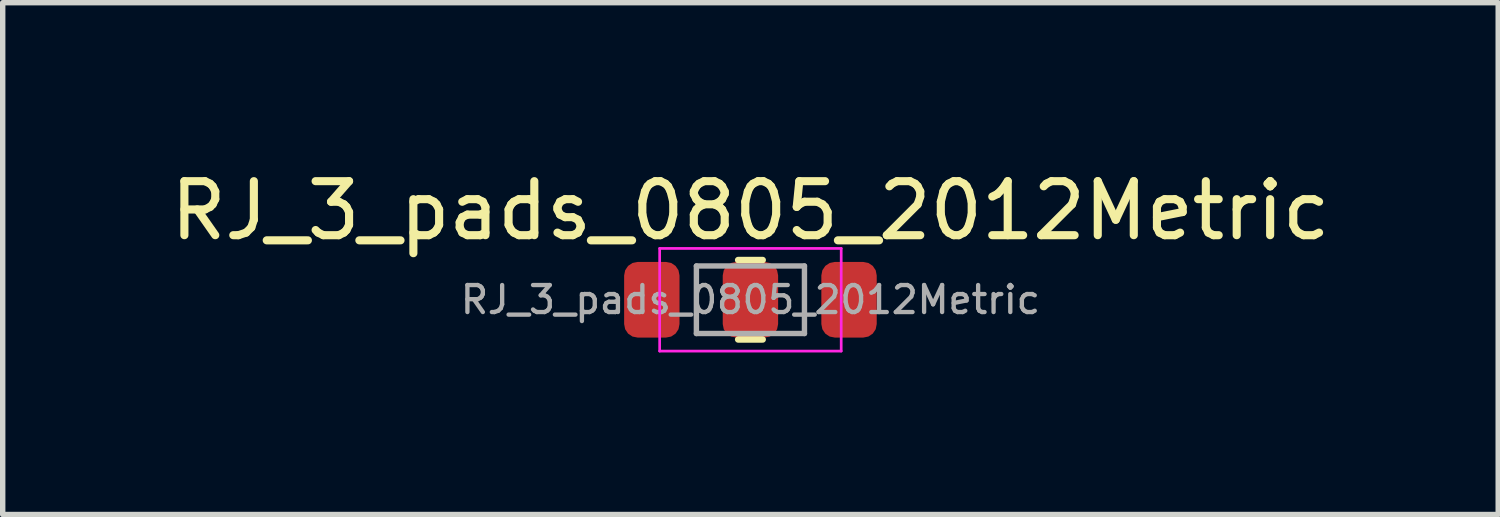
<source format=kicad_pcb>
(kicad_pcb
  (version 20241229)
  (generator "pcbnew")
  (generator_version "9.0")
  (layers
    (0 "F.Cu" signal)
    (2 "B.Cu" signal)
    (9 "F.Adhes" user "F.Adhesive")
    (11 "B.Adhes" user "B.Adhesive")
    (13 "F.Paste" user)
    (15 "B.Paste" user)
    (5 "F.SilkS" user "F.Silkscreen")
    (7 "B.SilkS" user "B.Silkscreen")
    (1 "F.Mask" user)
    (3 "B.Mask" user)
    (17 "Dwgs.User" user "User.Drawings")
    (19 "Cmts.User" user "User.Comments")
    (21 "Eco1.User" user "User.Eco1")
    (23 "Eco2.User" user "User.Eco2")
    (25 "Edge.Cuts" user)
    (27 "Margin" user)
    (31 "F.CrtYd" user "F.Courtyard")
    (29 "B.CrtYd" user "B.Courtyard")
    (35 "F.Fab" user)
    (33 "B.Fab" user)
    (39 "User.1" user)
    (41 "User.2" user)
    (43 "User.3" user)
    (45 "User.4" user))
  (footprint "RJ_3_pads_0805_2012Metric"
    (layer "F.Cu")
    (at 10.839 2.498)
    (property "Reference" "RJ_3_pads_0805_2012Metric" (at 0 -1.65 0) (layer "F.SilkS") (effects (font (size 1 1) (thickness 0.15))))
    (attr smd)
    (fp_line (start -0.227 -0.735) (end 0.227 -0.735) (stroke (width 0.12) (type solid)) (layer "F.SilkS"))
    (fp_line (start -0.227 0.735) (end 0.227 0.735) (stroke (width 0.12) (type solid)) (layer "F.SilkS"))
    (fp_line (start -1.68 -0.95) (end 1.68 -0.95) (stroke (width 0.05) (type solid)) (layer "F.CrtYd"))
    (fp_line (start -1.68 0.95) (end -1.68 -0.95) (stroke (width 0.05) (type solid)) (layer "F.CrtYd"))
    (fp_line (start 1.68 -0.95) (end 1.68 0.95) (stroke (width 0.05) (type solid)) (layer "F.CrtYd"))
    (fp_line (start 1.68 0.95) (end -1.68 0.95) (stroke (width 0.05) (type solid)) (layer "F.CrtYd"))
    (fp_line (start -1 -0.625) (end 1 -0.625) (stroke (width 0.1) (type solid)) (layer "F.Fab"))
    (fp_line (start -1 0.625) (end -1 -0.625) (stroke (width 0.1) (type solid)) (layer "F.Fab"))
    (fp_line (start 1 -0.625) (end 1 0.625) (stroke (width 0.1) (type solid)) (layer "F.Fab"))
    (fp_line (start 1 0.625) (end -1 0.625) (stroke (width 0.1) (type solid)) (layer "F.Fab"))
    (fp_text user "${REFERENCE}" (at 0 0 0) (layer "F.Fab") (effects (font (size 0.5 0.5) (thickness 0.08))))
    (pad "1" smd roundrect (at -1.825 0) (size 1.025 1.4) (layers "F.Cu" "F.Mask" "F.Paste") (roundrect_rratio 0.244))
    (pad "2" smd roundrect (at 0 0) (size 1.025 1.4) (layers "F.Cu" "F.Mask" "F.Paste") (roundrect_rratio 0.244))
    (pad "3" smd roundrect (at 1.825 0) (size 1.025 1.4) (layers "F.Cu" "F.Mask" "F.Paste") (roundrect_rratio 0.244)))
  (gr_rect
    (start -3 -3)
    (end 24.679 6.473)
    (stroke (width 0.1) (type default))
    (fill no)
    (layer "Edge.Cuts")))
</source>
